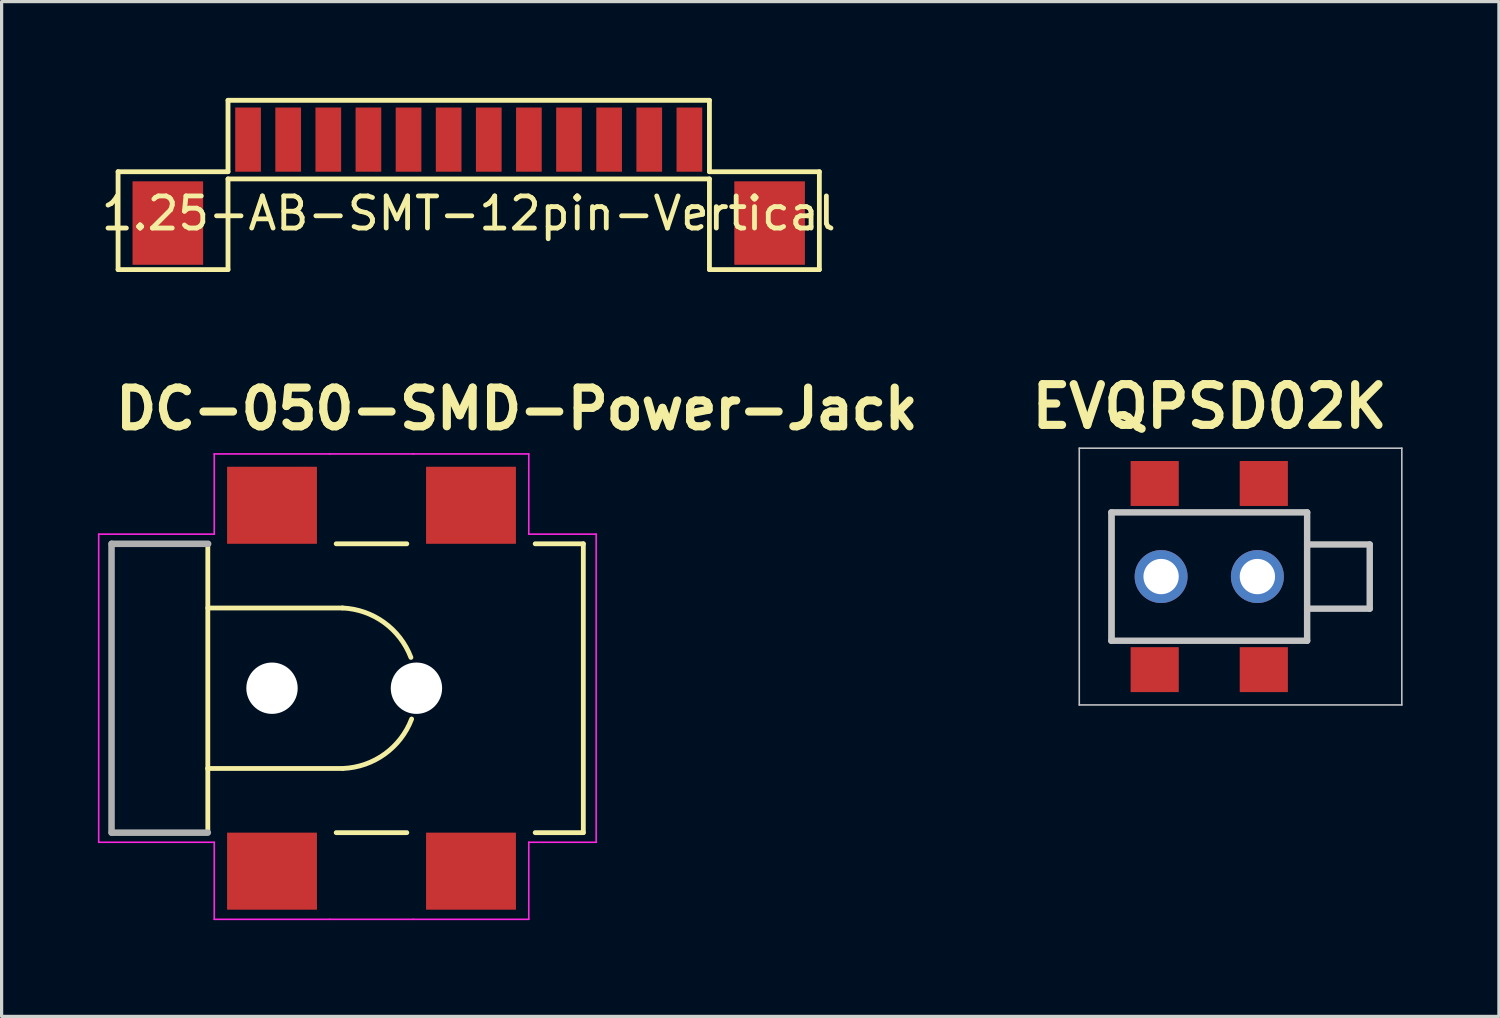
<source format=kicad_pcb>
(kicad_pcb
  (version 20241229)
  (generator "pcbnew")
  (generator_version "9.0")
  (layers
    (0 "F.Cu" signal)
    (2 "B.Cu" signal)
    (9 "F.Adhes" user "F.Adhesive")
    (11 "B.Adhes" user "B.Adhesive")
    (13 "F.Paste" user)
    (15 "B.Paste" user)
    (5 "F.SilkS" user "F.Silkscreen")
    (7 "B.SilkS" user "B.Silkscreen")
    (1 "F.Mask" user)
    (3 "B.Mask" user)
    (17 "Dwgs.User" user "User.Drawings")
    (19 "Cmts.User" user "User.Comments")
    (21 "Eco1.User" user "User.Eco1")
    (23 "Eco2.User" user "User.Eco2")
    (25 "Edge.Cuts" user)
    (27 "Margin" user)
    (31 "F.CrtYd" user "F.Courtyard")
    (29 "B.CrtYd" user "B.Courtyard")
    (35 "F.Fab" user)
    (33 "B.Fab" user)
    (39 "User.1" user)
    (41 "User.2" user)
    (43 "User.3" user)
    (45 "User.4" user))
  (footprint "EVQPSD02K"
    (layer "F.Cu")
    (at 34.627 14.914)
    (property "Reference" "EVQPSD02K" (at 0.01 -5.3 0) (layer "F.SilkS") (effects (font (size 1.27 1.27) (thickness 0.254))))
    (attr through_hole)
    (fp_line (start -3 -2) (end 3.05 -2) (stroke (width 0.1) (type solid)) (layer "F.SilkS"))
    (fp_line (start -3 2) (end -3 -2) (stroke (width 0.1) (type solid)) (layer "F.SilkS"))
    (fp_line (start 3.05 -2) (end 3.05 2) (stroke (width 0.1) (type solid)) (layer "F.SilkS"))
    (fp_line (start 3.05 -1) (end 5 -1) (stroke (width 0.1) (type solid)) (layer "F.SilkS"))
    (fp_line (start 3.05 2) (end -3 2) (stroke (width 0.1) (type solid)) (layer "F.SilkS"))
    (fp_line (start 5 -1) (end 5 1) (stroke (width 0.1) (type solid)) (layer "F.SilkS"))
    (fp_line (start 5 1) (end 3.05 1) (stroke (width 0.1) (type solid)) (layer "F.SilkS"))
    (fp_line (start -4.05 -4) (end 6 -4) (stroke (width 0.05) (type solid)) (layer "Dwgs.User"))
    (fp_line (start -4.05 4) (end -4.05 -4) (stroke (width 0.05) (type solid)) (layer "Dwgs.User"))
    (fp_line (start -3.05 -2) (end 3.05 -2) (stroke (width 0.2) (type solid)) (layer "Dwgs.User"))
    (fp_line (start -3.05 2) (end -3.05 -2) (stroke (width 0.2) (type solid)) (layer "Dwgs.User"))
    (fp_line (start 3.05 -2) (end 3.05 2) (stroke (width 0.2) (type solid)) (layer "Dwgs.User"))
    (fp_line (start 3.05 -1) (end 5 -1) (stroke (width 0.2) (type solid)) (layer "Dwgs.User"))
    (fp_line (start 3.05 2) (end -3.05 2) (stroke (width 0.2) (type solid)) (layer "Dwgs.User"))
    (fp_line (start 5 -1) (end 5 1) (stroke (width 0.2) (type solid)) (layer "Dwgs.User"))
    (fp_line (start 5 1) (end 3.05 1) (stroke (width 0.2) (type solid)) (layer "Dwgs.User"))
    (fp_line (start 6 -4) (end 6 4) (stroke (width 0.05) (type solid)) (layer "Dwgs.User"))
    (fp_line (start 6 4) (end -4.05 4) (stroke (width 0.05) (type solid)) (layer "Dwgs.User"))
    (pad "" np_thru_hole circle (at -1.5 0 90) (size 1.65 1.65) (drill 1.1) (layers "*.Cu" "*.Mask"))
    (pad "" np_thru_hole circle (at 1.5 0 90) (size 1.65 1.65) (drill 1.1) (layers "*.Cu" "*.Mask"))
    (pad "1" smd rect (at -1.7 -2.9 90) (size 1.4 1.5) (layers "F.Cu" "F.Mask" "F.Paste"))
    (pad "1" smd rect (at -1.7 2.9 90) (size 1.4 1.5) (layers "F.Cu" "F.Mask" "F.Paste"))
    (pad "2" smd rect (at 1.7 -2.9 90) (size 1.4 1.5) (layers "F.Cu" "F.Mask" "F.Paste"))
    (pad "2" smd rect (at 1.7 2.9 90) (size 1.4 1.5) (layers "F.Cu" "F.Mask" "F.Paste")))
  (footprint "DC-050-SMD-Power-Jack"
    (layer "F.Cu")
    (at 0.425 18.393)
    (property "Reference" "DC-050-SMD-Power-Jack" (at 0 -8 0) (layer "F.SilkS") (effects (font (size 1.206 1.206) (thickness 0.254)) (justify left bottom)))
    (attr through_hole)
    (fp_line (start 0 -4.5) (end 0 4.5) (stroke (width 0.15) (type solid)) (layer "F.SilkS"))
    (fp_line (start 0 -4.5) (end 3 -4.5) (stroke (width 0.15) (type solid)) (layer "F.SilkS"))
    (fp_line (start 3 -4.5) (end 3 -2.5) (stroke (width 0.15) (type solid)) (layer "F.SilkS"))
    (fp_line (start 3 -2.5) (end 3 2.5) (stroke (width 0.15) (type solid)) (layer "F.SilkS"))
    (fp_line (start 3 2.5) (end 3 4.5) (stroke (width 0.15) (type solid)) (layer "F.SilkS"))
    (fp_line (start 3 4.5) (end 0 4.5) (stroke (width 0.15) (type solid)) (layer "F.SilkS"))
    (fp_line (start 3.02 -2.5) (end 7.196 -2.5) (stroke (width 0.15) (type solid)) (layer "F.SilkS"))
    (fp_line (start 7 -4.5) (end 9.2 -4.5) (stroke (width 0.15) (type solid)) (layer "F.SilkS"))
    (fp_line (start 7.196 2.5) (end 3 2.5) (stroke (width 0.15) (type solid)) (layer "F.SilkS"))
    (fp_line (start 9.2 4.5) (end 7 4.5) (stroke (width 0.15) (type solid)) (layer "F.SilkS"))
    (fp_line (start 13.2 -4.5) (end 14.7 -4.5) (stroke (width 0.15) (type solid)) (layer "F.SilkS"))
    (fp_line (start 14.7 -4.5) (end 14.7 4.5) (stroke (width 0.15) (type solid)) (layer "F.SilkS"))
    (fp_line (start 14.7 4.5) (end 13.2 4.5) (stroke (width 0.15) (type solid)) (layer "F.SilkS"))
    (fp_arc (start 7.196 -2.5) (mid 8.492243 -2.048341) (end 9.327682 -0.959175) (stroke (width 0.15) (type solid)) (layer "F.SilkS"))
    (fp_arc (start 9.350296 0.959175) (mid 8.514857 2.048342) (end 7.218614 2.5) (stroke (width 0.15) (type solid)) (layer "F.SilkS"))
    (fp_line (start -0.4 -4.8) (end 3.2 -4.8) (stroke (width 0.05) (type solid)) (layer "F.CrtYd"))
    (fp_line (start -0.4 4.8) (end -0.4 -4.8) (stroke (width 0.05) (type solid)) (layer "F.CrtYd"))
    (fp_line (start 3.2 -7.3) (end 6.8 -7.3) (stroke (width 0.05) (type solid)) (layer "F.CrtYd"))
    (fp_line (start 3.2 -4.8) (end 3.2 -7.3) (stroke (width 0.05) (type solid)) (layer "F.CrtYd"))
    (fp_line (start 3.2 4.8) (end -0.4 4.8) (stroke (width 0.05) (type solid)) (layer "F.CrtYd"))
    (fp_line (start 3.2 7.2) (end 3.2 4.8) (stroke (width 0.05) (type solid)) (layer "F.CrtYd"))
    (fp_line (start 6.8 -7.3) (end 9.4 -7.3) (stroke (width 0.05) (type solid)) (layer "F.CrtYd"))
    (fp_line (start 6.8 7.2) (end 3.2 7.2) (stroke (width 0.05) (type solid)) (layer "F.CrtYd"))
    (fp_line (start 9.4 -7.3) (end 13 -7.3) (stroke (width 0.05) (type solid)) (layer "F.CrtYd"))
    (fp_line (start 9.4 7.2) (end 6.8 7.2) (stroke (width 0.05) (type solid)) (layer "F.CrtYd"))
    (fp_line (start 13 -7.3) (end 13 -4.8) (stroke (width 0.05) (type solid)) (layer "F.CrtYd"))
    (fp_line (start 13 -4.8) (end 15.1 -4.8) (stroke (width 0.05) (type solid)) (layer "F.CrtYd"))
    (fp_line (start 13 4.8) (end 13 7.2) (stroke (width 0.05) (type solid)) (layer "F.CrtYd"))
    (fp_line (start 13 7.2) (end 9.4 7.2) (stroke (width 0.05) (type solid)) (layer "F.CrtYd"))
    (fp_line (start 15.1 -4.8) (end 15.1 4.8) (stroke (width 0.05) (type solid)) (layer "F.CrtYd"))
    (fp_line (start 15.1 4.8) (end 13 4.8) (stroke (width 0.05) (type solid)) (layer "F.CrtYd"))
    (fp_line (start 0 -4.5) (end 0 4.5) (stroke (width 0.203) (type solid)) (layer "F.Fab"))
    (fp_line (start 0.006 -4.5) (end 3.01 -4.5) (stroke (width 0.203) (type solid)) (layer "F.Fab"))
    (fp_line (start 3 4.5) (end 0.006 4.5) (stroke (width 0.203) (type solid)) (layer "F.Fab"))
    (pad "" np_thru_hole circle (at 5 0) (size 1.6 1.6) (drill 1.6) (layers "*.Cu" "*.Mask"))
    (pad "" np_thru_hole circle (at 9.5 0) (size 1.6 1.6) (drill 1.6) (layers "*.Cu" "*.Mask"))
    (pad "1" smd rect (at 5 -5.7) (size 2.8 2.4) (layers "F.Cu" "F.Mask" "F.Paste"))
    (pad "2" smd rect (at 5 5.7) (size 2.8 2.4) (layers "F.Cu" "F.Mask" "F.Paste"))
    (pad "3" smd rect (at 11.2 5.7) (size 2.8 2.4) (layers "F.Cu" "F.Mask" "F.Paste"))
    (pad "4" smd rect (at 11.2 -5.7) (size 2.8 2.4) (layers "F.Cu" "F.Mask" "F.Paste")))
  (footprint "1.25-AB-SMT-12pin-Vertical"
    (layer "F.Cu")
    (at 11.554 1.3)
    (property "Reference" "1.25-AB-SMT-12pin-Vertical" (at 0 2.3 0) (layer "F.SilkS") (effects (font (size 1 1) (thickness 0.15))))
    (attr smd)
    (fp_line (start -10.925 1) (end -7.5 1) (stroke (width 0.15) (type solid)) (layer "F.SilkS"))
    (fp_line (start -10.925 4.05) (end -10.925 1) (stroke (width 0.15) (type solid)) (layer "F.SilkS"))
    (fp_line (start -7.5 -1.225) (end 7.5 -1.225) (stroke (width 0.15) (type solid)) (layer "F.SilkS"))
    (fp_line (start -7.5 1) (end -7.5 -1.225) (stroke (width 0.15) (type solid)) (layer "F.SilkS"))
    (fp_line (start -7.5 1.225) (end -7.5 4.05) (stroke (width 0.15) (type solid)) (layer "F.SilkS"))
    (fp_line (start -7.5 1.225) (end 7.5 1.225) (stroke (width 0.15) (type solid)) (layer "F.SilkS"))
    (fp_line (start -7.5 4.05) (end -10.925 4.05) (stroke (width 0.15) (type solid)) (layer "F.SilkS"))
    (fp_line (start 7.5 1) (end 7.5 -1.225) (stroke (width 0.15) (type solid)) (layer "F.SilkS"))
    (fp_line (start 7.5 1.225) (end 7.5 4.05) (stroke (width 0.15) (type solid)) (layer "F.SilkS"))
    (fp_line (start 7.5 4.05) (end 10.925 4.05) (stroke (width 0.15) (type solid)) (layer "F.SilkS"))
    (fp_line (start 10.925 1) (end 7.5 1) (stroke (width 0.15) (type solid)) (layer "F.SilkS"))
    (fp_line (start 10.925 4.05) (end 10.925 1) (stroke (width 0.15) (type solid)) (layer "F.SilkS"))
    (pad "1" smd rect (at -6.875 0) (size 0.8 2) (layers "F.Cu" "F.Mask" "F.Paste"))
    (pad "2" smd rect (at -5.625 0) (size 0.8 2) (layers "F.Cu" "F.Mask" "F.Paste"))
    (pad "3" smd rect (at -4.375 0) (size 0.8 2) (layers "F.Cu" "F.Mask" "F.Paste"))
    (pad "4" smd rect (at -3.125 0) (size 0.8 2) (layers "F.Cu" "F.Mask" "F.Paste"))
    (pad "5" smd rect (at -1.875 0) (size 0.8 2) (layers "F.Cu" "F.Mask" "F.Paste"))
    (pad "6" smd rect (at -0.625 0) (size 0.8 2) (layers "F.Cu" "F.Mask" "F.Paste"))
    (pad "7" smd rect (at 0.625 0) (size 0.8 2) (layers "F.Cu" "F.Mask" "F.Paste"))
    (pad "8" smd rect (at 1.875 0) (size 0.8 2) (layers "F.Cu" "F.Mask" "F.Paste"))
    (pad "9" smd rect (at 3.125 0) (size 0.8 2) (layers "F.Cu" "F.Mask" "F.Paste"))
    (pad "10" smd rect (at 4.375 0) (size 0.8 2) (layers "F.Cu" "F.Mask" "F.Paste"))
    (pad "11" smd rect (at 5.625 0) (size 0.8 2) (layers "F.Cu" "F.Mask" "F.Paste"))
    (pad "12" smd rect (at 6.875 0) (size 0.8 2) (layers "F.Cu" "F.Mask" "F.Paste"))
    (pad "SH" smd rect (at -9.375 2.6) (size 2.2 2.6) (layers "F.Cu" "F.Mask" "F.Paste"))
    (pad "SH" smd rect (at 9.375 2.6) (size 2.2 2.6) (layers "F.Cu" "F.Mask" "F.Paste")))
  (gr_rect
    (start -3 -3)
    (end 43.652 28.619)
    (stroke (width 0.1) (type default))
    (fill no)
    (layer "Edge.Cuts")))
</source>
